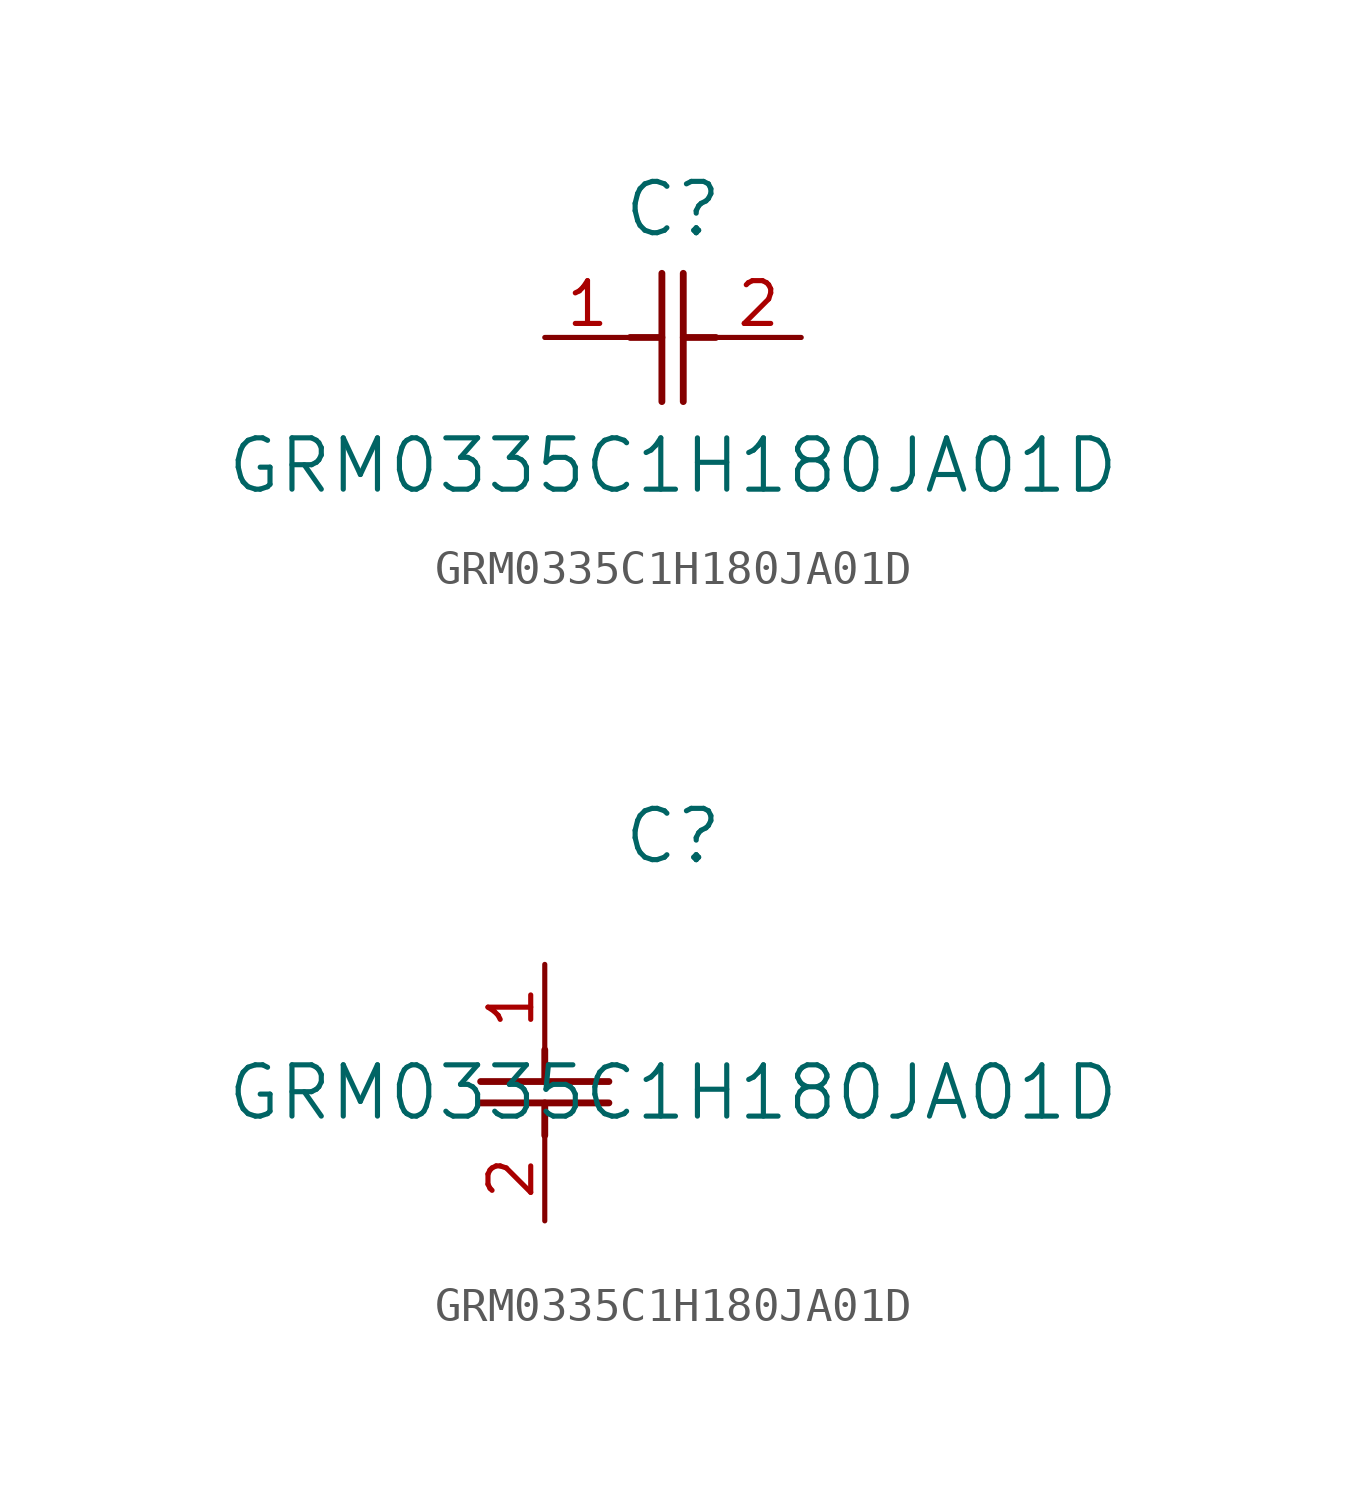
<source format=kicad_sym>
(kicad_symbol_lib
  (version 20211014)
  (generator kicad_symbol_editor)
  (symbol "GRM0335C1H180JA01D"
    (pin_names
      (offset 0.254))
    (property "Reference" "C"
      (at 3.81 3.81 0)
      (effects (font (size 1.524 1.524))))
    (property "Value" "GRM0335C1H180JA01D"
      (at 3.81 -3.81 0)
      (effects (font (size 1.524 1.524))))
    (symbol "GRM0335C1H180JA01D_1_1"
      (polyline (pts (xy 3.48 -1.905) (xy 3.48 1.905)) (stroke (width 0.203) (type default) (color 0 0 0 0)) (fill (type none)))
      (polyline (pts (xy 4.115 -1.905) (xy 4.115 1.905)) (stroke (width 0.203) (type default) (color 0 0 0 0)) (fill (type none)))
      (polyline (pts (xy 4.115 0) (xy 5.08 0)) (stroke (width 0.203) (type default) (color 0 0 0 0)) (fill (type none)))
      (polyline (pts (xy 2.54 0) (xy 3.48 0)) (stroke (width 0.203) (type default) (color 0 0 0 0)) (fill (type none)))
      (pin unspecified line (at 0 0 0) (length 2.54) (name "" (effects (font (size 1.27 1.27)))) (number "1" (effects (font (size 1.27 1.27)))))
      (pin unspecified line (at 7.62 0 180) (length 2.54) (name "" (effects (font (size 1.27 1.27)))) (number "2" (effects (font (size 1.27 1.27))))))
    (symbol "GRM0335C1H180JA01D_1_2"
      (polyline (pts (xy -1.905 -3.48) (xy 1.905 -3.48)) (stroke (width 0.203) (type default) (color 0 0 0 0)) (fill (type none)))
      (polyline (pts (xy -1.905 -4.115) (xy 1.905 -4.115)) (stroke (width 0.203) (type default) (color 0 0 0 0)) (fill (type none)))
      (polyline (pts (xy 0 -4.115) (xy 0 -5.08)) (stroke (width 0.203) (type default) (color 0 0 0 0)) (fill (type none)))
      (polyline (pts (xy 0 -2.54) (xy 0 -3.48)) (stroke (width 0.203) (type default) (color 0 0 0 0)) (fill (type none)))
      (pin unspecified line (at 0 0 270) (length 2.54) (name "" (effects (font (size 1.27 1.27)))) (number "1" (effects (font (size 1.27 1.27)))))
      (pin unspecified line (at 0 -7.62 90) (length 2.54) (name "" (effects (font (size 1.27 1.27)))) (number "2" (effects (font (size 1.27 1.27))))))))
</source>
